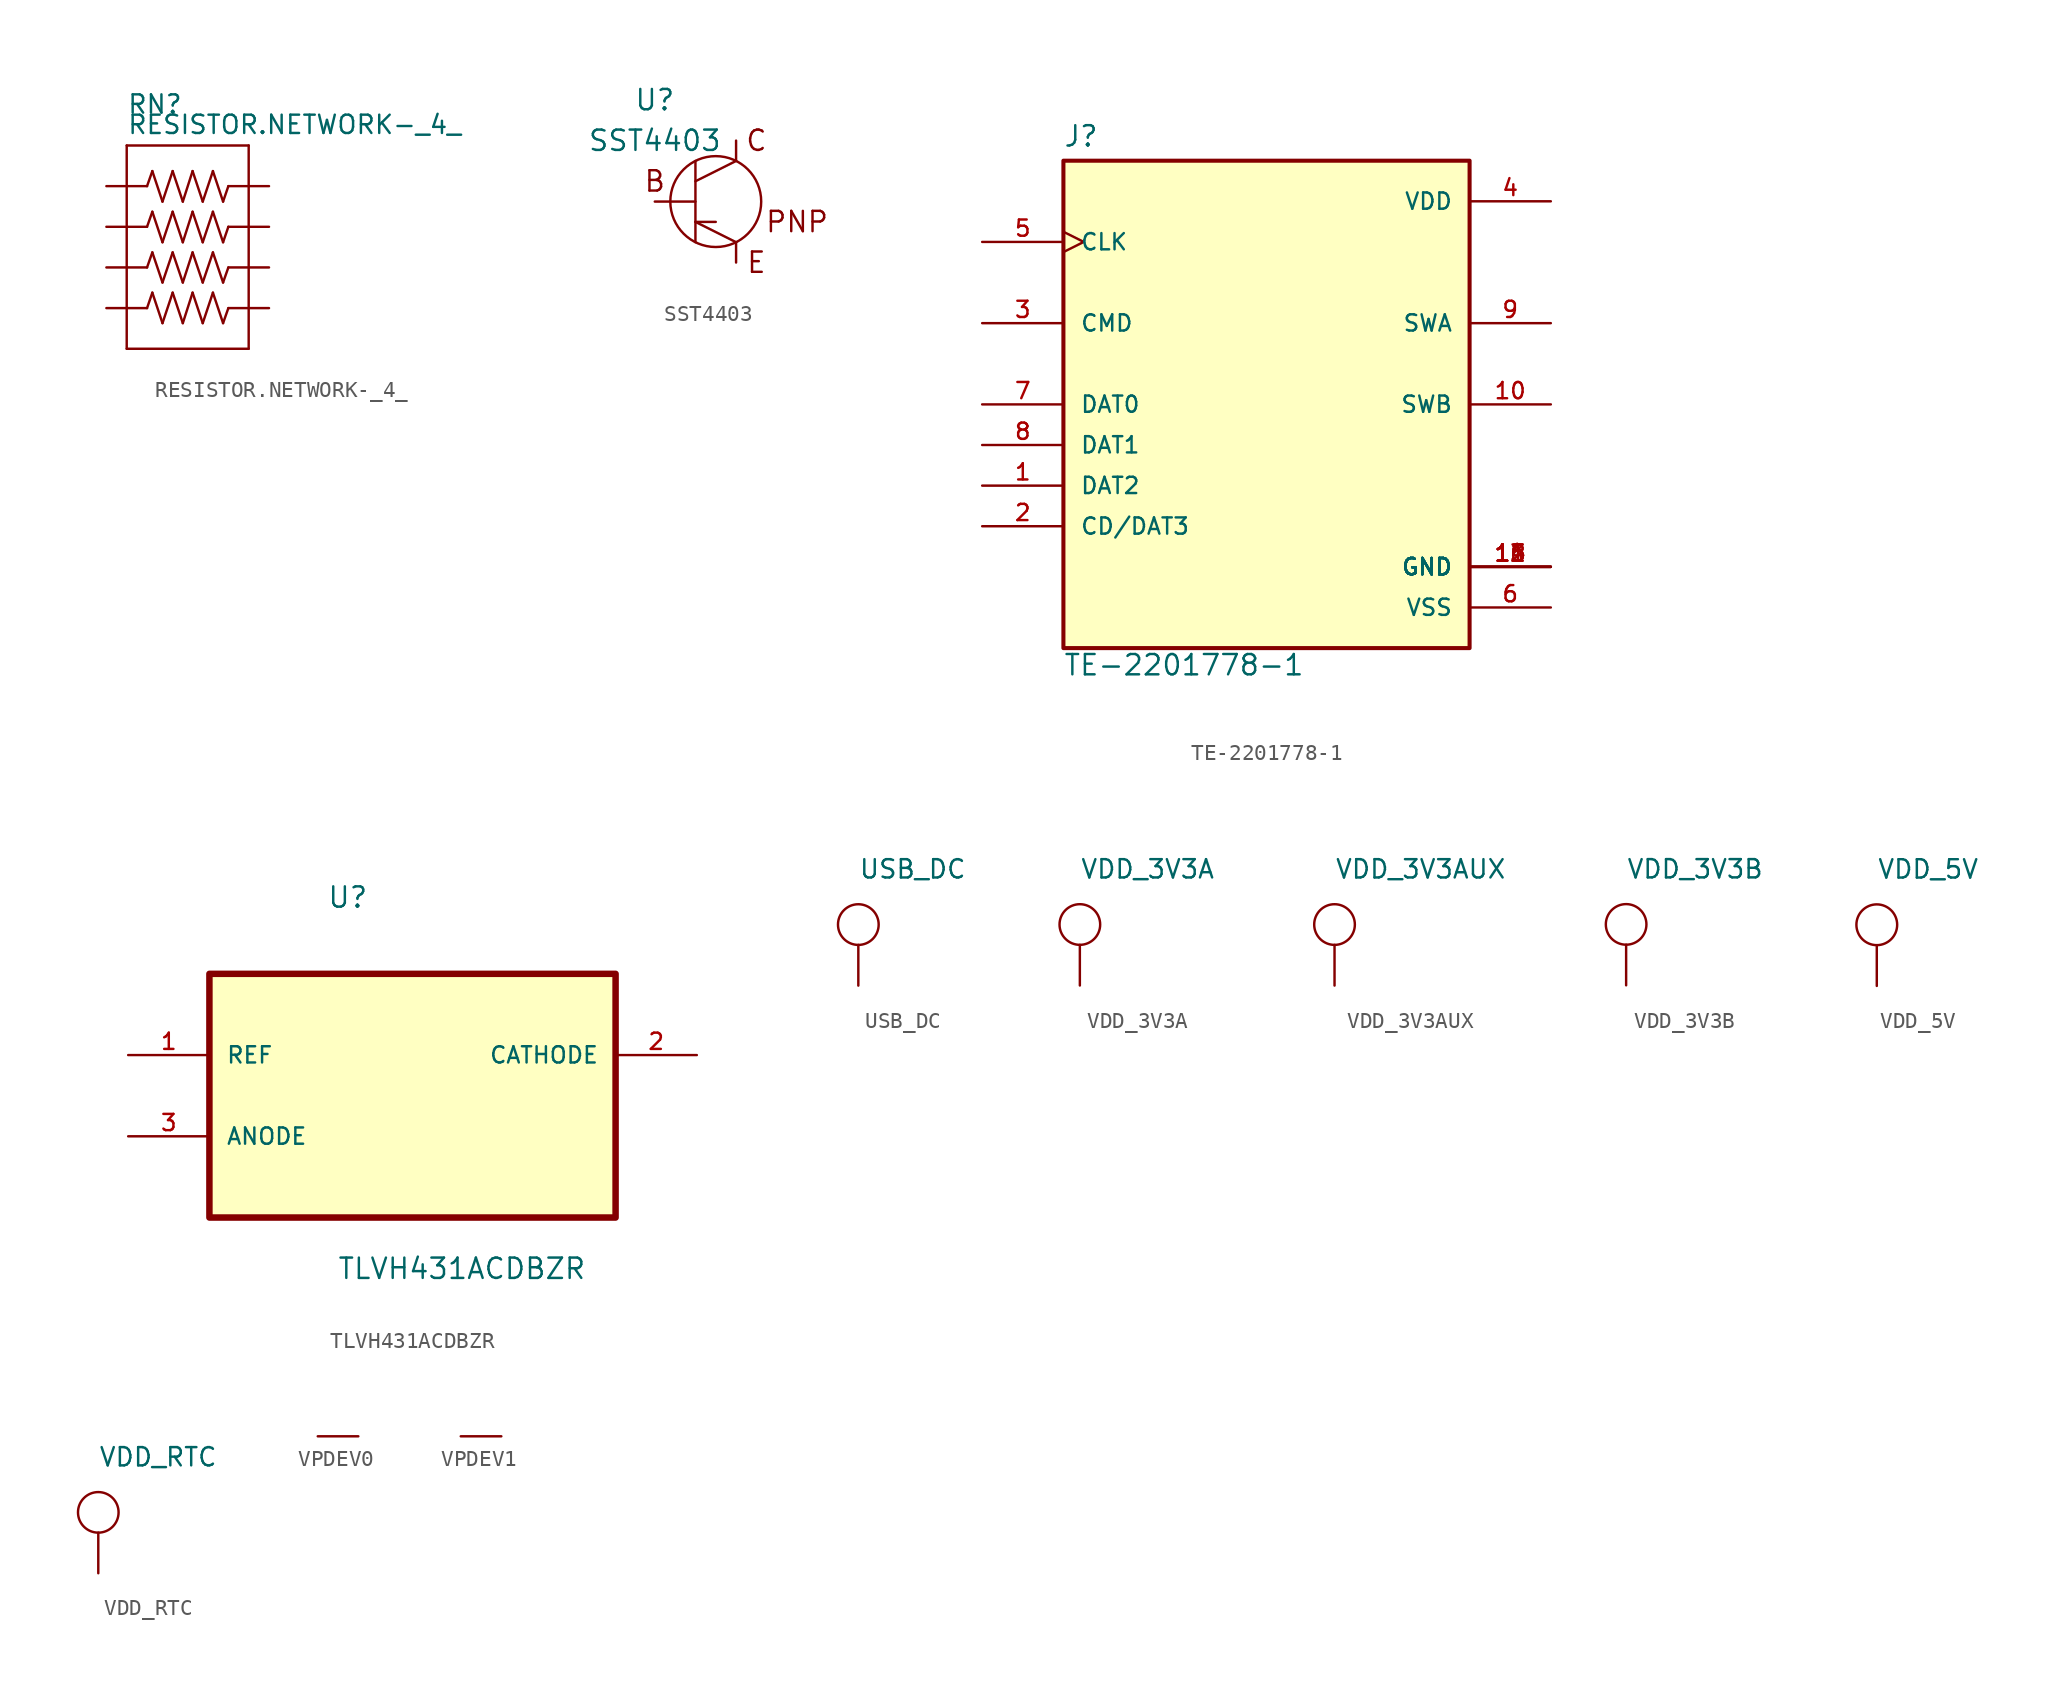
<source format=kicad_sym>
(kicad_symbol_lib
  (version 20211014)
  (generator kicad_symbol_editor)
  (symbol "RESISTOR.NETWORK-_4_"
    (pin_numbers hide)
    (pin_names
      (offset 1.016) hide)
    (property "Reference" "RN"
      (at -3.81 9.525 0)
      (effects (font (size 1.143 1.143)) (justify left bottom)))
    (property "Value" "RESISTOR.NETWORK-_4_"
      (at -3.81 8.255 0)
      (effects (font (size 1.143 1.143)) (justify left bottom)))
    (property "ki_locked" ""
      (at 0 0 0)
      (effects (font (size 1.27 1.27))))
    (symbol "RESISTOR.NETWORK-_4__1_0"
      (polyline (pts (xy -3.81 -5.08) (xy -3.81 7.62)) (stroke (width 0) (type default) (color 0 0 0 0)) (fill (type none)))
      (polyline (pts (xy -3.81 7.62) (xy 3.81 7.62)) (stroke (width 0) (type default) (color 0 0 0 0)) (fill (type none)))
      (polyline (pts (xy -2.54 -2.54) (xy -2.21 -1.575)) (stroke (width 0) (type default) (color 0 0 0 0)) (fill (type none)))
      (polyline (pts (xy -2.54 0) (xy -2.21 0.94)) (stroke (width 0) (type default) (color 0 0 0 0)) (fill (type none)))
      (polyline (pts (xy -2.54 2.54) (xy -2.21 3.48)) (stroke (width 0) (type default) (color 0 0 0 0)) (fill (type none)))
      (polyline (pts (xy -2.54 5.08) (xy -2.21 6.02)) (stroke (width 0) (type default) (color 0 0 0 0)) (fill (type none)))
      (polyline (pts (xy -2.21 -1.575) (xy -1.575 -3.48)) (stroke (width 0) (type default) (color 0 0 0 0)) (fill (type none)))
      (polyline (pts (xy -2.21 0.94) (xy -1.575 -0.94)) (stroke (width 0) (type default) (color 0 0 0 0)) (fill (type none)))
      (polyline (pts (xy -2.21 3.48) (xy -1.575 1.575)) (stroke (width 0) (type default) (color 0 0 0 0)) (fill (type none)))
      (polyline (pts (xy -2.21 6.02) (xy -1.575 4.115)) (stroke (width 0) (type default) (color 0 0 0 0)) (fill (type none)))
      (polyline (pts (xy -1.575 -3.48) (xy -0.94 -1.575)) (stroke (width 0) (type default) (color 0 0 0 0)) (fill (type none)))
      (polyline (pts (xy -1.575 -0.94) (xy -0.94 0.94)) (stroke (width 0) (type default) (color 0 0 0 0)) (fill (type none)))
      (polyline (pts (xy -1.575 1.575) (xy -0.94 3.48)) (stroke (width 0) (type default) (color 0 0 0 0)) (fill (type none)))
      (polyline (pts (xy -1.575 4.115) (xy -0.94 6.02)) (stroke (width 0) (type default) (color 0 0 0 0)) (fill (type none)))
      (polyline (pts (xy -0.94 -1.575) (xy -0.305 -3.48)) (stroke (width 0) (type default) (color 0 0 0 0)) (fill (type none)))
      (polyline (pts (xy -0.94 0.94) (xy -0.305 -0.94)) (stroke (width 0) (type default) (color 0 0 0 0)) (fill (type none)))
      (polyline (pts (xy -0.94 3.48) (xy -0.305 1.575)) (stroke (width 0) (type default) (color 0 0 0 0)) (fill (type none)))
      (polyline (pts (xy -0.94 6.02) (xy -0.305 4.115)) (stroke (width 0) (type default) (color 0 0 0 0)) (fill (type none)))
      (polyline (pts (xy -0.305 -3.48) (xy 0.305 -1.575)) (stroke (width 0) (type default) (color 0 0 0 0)) (fill (type none)))
      (polyline (pts (xy -0.305 -0.94) (xy 0.305 0.94)) (stroke (width 0) (type default) (color 0 0 0 0)) (fill (type none)))
      (polyline (pts (xy -0.305 1.575) (xy 0.305 3.48)) (stroke (width 0) (type default) (color 0 0 0 0)) (fill (type none)))
      (polyline (pts (xy -0.305 4.115) (xy 0.305 6.02)) (stroke (width 0) (type default) (color 0 0 0 0)) (fill (type none)))
      (polyline (pts (xy 0.305 -1.575) (xy 0.94 -3.48)) (stroke (width 0) (type default) (color 0 0 0 0)) (fill (type none)))
      (polyline (pts (xy 0.305 0.94) (xy 0.94 -0.94)) (stroke (width 0) (type default) (color 0 0 0 0)) (fill (type none)))
      (polyline (pts (xy 0.305 3.48) (xy 0.94 1.575)) (stroke (width 0) (type default) (color 0 0 0 0)) (fill (type none)))
      (polyline (pts (xy 0.305 6.02) (xy 0.94 4.115)) (stroke (width 0) (type default) (color 0 0 0 0)) (fill (type none)))
      (polyline (pts (xy 0.94 -3.48) (xy 1.575 -1.575)) (stroke (width 0) (type default) (color 0 0 0 0)) (fill (type none)))
      (polyline (pts (xy 0.94 -0.94) (xy 1.575 0.94)) (stroke (width 0) (type default) (color 0 0 0 0)) (fill (type none)))
      (polyline (pts (xy 0.94 1.575) (xy 1.575 3.48)) (stroke (width 0) (type default) (color 0 0 0 0)) (fill (type none)))
      (polyline (pts (xy 0.94 4.115) (xy 1.575 6.02)) (stroke (width 0) (type default) (color 0 0 0 0)) (fill (type none)))
      (polyline (pts (xy 1.575 -1.575) (xy 2.21 -3.48)) (stroke (width 0) (type default) (color 0 0 0 0)) (fill (type none)))
      (polyline (pts (xy 1.575 0.94) (xy 2.21 -0.94)) (stroke (width 0) (type default) (color 0 0 0 0)) (fill (type none)))
      (polyline (pts (xy 1.575 3.48) (xy 2.21 1.575)) (stroke (width 0) (type default) (color 0 0 0 0)) (fill (type none)))
      (polyline (pts (xy 1.575 6.02) (xy 2.21 4.115)) (stroke (width 0) (type default) (color 0 0 0 0)) (fill (type none)))
      (polyline (pts (xy 2.21 -3.48) (xy 2.54 -2.54)) (stroke (width 0) (type default) (color 0 0 0 0)) (fill (type none)))
      (polyline (pts (xy 2.21 -0.94) (xy 2.54 0)) (stroke (width 0) (type default) (color 0 0 0 0)) (fill (type none)))
      (polyline (pts (xy 2.21 1.575) (xy 2.54 2.54)) (stroke (width 0) (type default) (color 0 0 0 0)) (fill (type none)))
      (polyline (pts (xy 2.21 4.115) (xy 2.54 5.08)) (stroke (width 0) (type default) (color 0 0 0 0)) (fill (type none)))
      (polyline (pts (xy 3.81 -5.08) (xy -3.81 -5.08)) (stroke (width 0) (type default) (color 0 0 0 0)) (fill (type none)))
      (polyline (pts (xy 3.81 7.62) (xy 3.81 -5.08)) (stroke (width 0) (type default) (color 0 0 0 0)) (fill (type none))))
    (symbol "RESISTOR.NETWORK-_4__1_1"
      (pin bidirectional line (at -5.08 5.08 0) (length 2.54) (name "1" (effects (font (size 1.016 1.016)))) (number "1" (effects (font (size 1.016 1.016)))))
      (pin bidirectional line (at -5.08 2.54 0) (length 2.54) (name "2" (effects (font (size 1.016 1.016)))) (number "2" (effects (font (size 1.016 1.016)))))
      (pin bidirectional line (at -5.08 0 0) (length 2.54) (name "3" (effects (font (size 1.016 1.016)))) (number "3" (effects (font (size 1.016 1.016)))))
      (pin bidirectional line (at -5.08 -2.54 0) (length 2.54) (name "4" (effects (font (size 1.016 1.016)))) (number "4" (effects (font (size 1.016 1.016)))))
      (pin bidirectional line (at 5.08 -2.54 180) (length 2.54) (name "5" (effects (font (size 1.016 1.016)))) (number "5" (effects (font (size 1.016 1.016)))))
      (pin bidirectional line (at 5.08 0 180) (length 2.54) (name "6" (effects (font (size 1.016 1.016)))) (number "6" (effects (font (size 1.016 1.016)))))
      (pin bidirectional line (at 5.08 2.54 180) (length 2.54) (name "7" (effects (font (size 1.016 1.016)))) (number "7" (effects (font (size 1.016 1.016)))))
      (pin bidirectional line (at 5.08 5.08 180) (length 2.54) (name "8" (effects (font (size 1.016 1.016)))) (number "8" (effects (font (size 1.016 1.016)))))))
  (symbol "SST4403"
    (property "Reference" "U"
      (at -3.81 2.54 0)
      (effects (font (size 1.27 1.27))))
    (property "Value" "SST4403"
      (at -3.81 0 0)
      (effects (font (size 1.27 1.27))))
    (symbol "SST4403_0_0"
      (text "B" (at -3.81 -2.54 0) (effects (font (size 1.27 1.27))))
      (text "C" (at 2.54 0 0) (effects (font (size 1.27 1.27))))
      (text "E" (at 2.54 -7.62 0) (effects (font (size 1.27 1.27))))
      (text "PNP" (at 5.08 -5.08 0) (effects (font (size 1.27 1.27)))))
    (symbol "SST4403_0_1"
      (circle (center 0 -3.81) (radius 2.84) (stroke (width 0) (type default) (color 0 0 0 0)) (fill (type none)))
      (polyline (pts (xy -1.27 -5.08) (xy 0 -5.08)) (stroke (width 0) (type default) (color 0 0 0 0)) (fill (type none)))
      (polyline (pts (xy -1.27 -3.81) (xy -3.81 -3.81)) (stroke (width 0) (type default) (color 0 0 0 0)) (fill (type none)))
      (polyline (pts (xy -1.27 -2.54) (xy 1.27 -1.27)) (stroke (width 0) (type default) (color 0 0 0 0)) (fill (type none)))
      (polyline (pts (xy -1.27 -1.27) (xy -1.27 -6.35)) (stroke (width 0) (type default) (color 0 0 0 0)) (fill (type none)))
      (polyline (pts (xy 1.27 -6.35) (xy -1.27 -5.08)) (stroke (width 0) (type default) (color 0 0 0 0)) (fill (type none)))
      (polyline (pts (xy 1.27 -6.35) (xy 1.27 -7.62)) (stroke (width 0) (type default) (color 0 0 0 0)) (fill (type none)))
      (polyline (pts (xy 1.27 -1.27) (xy 1.27 0)) (stroke (width 0) (type default) (color 0 0 0 0)) (fill (type none))))
    (symbol "SST4403_1_0"
      (pin bidirectional line (at 1.27 -7.62 90) (length 5.08) hide (name "E" (effects (font (size 1.016 1.016)))) (number "1" (effects (font (size 1.016 1.016)))))
      (pin bidirectional line (at -3.81 -3.81 0) (length 5.08) hide (name "B" (effects (font (size 1.016 1.016)))) (number "2" (effects (font (size 1.016 1.016)))))
      (pin bidirectional line (at 1.27 0 270) (length 5.08) hide (name "C" (effects (font (size 1.016 1.016)))) (number "3" (effects (font (size 1.016 1.016)))))))
  (symbol "TE-2201778-1"
    (pin_names
      (offset 1.016))
    (property "Reference" "J"
      (at -12.725 16.027 0)
      (effects (font (size 1.27 1.27)) (justify left bottom)))
    (property "Value" "TE-2201778-1"
      (at -12.725 -17.043 0)
      (effects (font (size 1.27 1.27)) (justify left bottom)))
    (symbol "TE-2201778-1_0_0"
      (rectangle (start -12.7 -15.24) (end 12.7 15.24) (stroke (width 0.254) (type default) (color 0 0 0 0)) (fill (type background)))
      (pin bidirectional line (at -17.78 -5.08 0) (length 5.08) (name "DAT2" (effects (font (size 1.016 1.016)))) (number "1" (effects (font (size 1.016 1.016)))))
      (pin passive line (at 17.78 0 180) (length 5.08) (name "SWB" (effects (font (size 1.016 1.016)))) (number "10" (effects (font (size 1.016 1.016)))))
      (pin power_in line (at 17.78 -10.16 180) (length 5.08) (name "GND" (effects (font (size 1.016 1.016)))) (number "11" (effects (font (size 1.016 1.016)))))
      (pin power_in line (at 17.78 -10.16 180) (length 5.08) (name "GND" (effects (font (size 1.016 1.016)))) (number "12" (effects (font (size 1.016 1.016)))))
      (pin power_in line (at 17.78 -10.16 180) (length 5.08) (name "GND" (effects (font (size 1.016 1.016)))) (number "13" (effects (font (size 1.016 1.016)))))
      (pin power_in line (at 17.78 -10.16 180) (length 5.08) (name "GND" (effects (font (size 1.016 1.016)))) (number "14" (effects (font (size 1.016 1.016)))))
      (pin power_in line (at 17.78 -10.16 180) (length 5.08) (name "GND" (effects (font (size 1.016 1.016)))) (number "15" (effects (font (size 1.016 1.016)))))
      (pin power_in line (at 17.78 -10.16 180) (length 5.08) (name "GND" (effects (font (size 1.016 1.016)))) (number "16" (effects (font (size 1.016 1.016)))))
      (pin bidirectional line (at -17.78 -7.62 0) (length 5.08) (name "CD/DAT3" (effects (font (size 1.016 1.016)))) (number "2" (effects (font (size 1.016 1.016)))))
      (pin bidirectional line (at -17.78 5.08 0) (length 5.08) (name "CMD" (effects (font (size 1.016 1.016)))) (number "3" (effects (font (size 1.016 1.016)))))
      (pin power_in line (at 17.78 12.7 180) (length 5.08) (name "VDD" (effects (font (size 1.016 1.016)))) (number "4" (effects (font (size 1.016 1.016)))))
      (pin input clock (at -17.78 10.16 0) (length 5.08) (name "CLK" (effects (font (size 1.016 1.016)))) (number "5" (effects (font (size 1.016 1.016)))))
      (pin power_in line (at 17.78 -12.7 180) (length 5.08) (name "VSS" (effects (font (size 1.016 1.016)))) (number "6" (effects (font (size 1.016 1.016)))))
      (pin bidirectional line (at -17.78 0 0) (length 5.08) (name "DAT0" (effects (font (size 1.016 1.016)))) (number "7" (effects (font (size 1.016 1.016)))))
      (pin bidirectional line (at -17.78 -2.54 0) (length 5.08) (name "DAT1" (effects (font (size 1.016 1.016)))) (number "8" (effects (font (size 1.016 1.016)))))
      (pin passive line (at 17.78 5.08 180) (length 5.08) (name "SWA" (effects (font (size 1.016 1.016)))) (number "9" (effects (font (size 1.016 1.016)))))))
  (symbol "TLVH431ACDBZR"
    (pin_names
      (offset 1.016))
    (property "Reference" "U"
      (at -5.359 9.119 0)
      (effects (font (size 1.27 1.27)) (justify left bottom)))
    (property "Value" "TLVH431ACDBZR"
      (at -4.724 -14.097 0)
      (effects (font (size 1.27 1.27)) (justify left bottom)))
    (symbol "TLVH431ACDBZR_0_0"
      (rectangle (start -12.7 -10.16) (end 12.7 5.08) (stroke (width 0.406) (type default) (color 0 0 0 0)) (fill (type background)))
      (pin power_in line (at -17.78 0 0) (length 5.08) (name "REF" (effects (font (size 1.016 1.016)))) (number "1" (effects (font (size 1.016 1.016)))))
      (pin passive line (at 17.78 0 180) (length 5.08) (name "CATHODE" (effects (font (size 1.016 1.016)))) (number "2" (effects (font (size 1.016 1.016)))))
      (pin passive line (at -17.78 -5.08 0) (length 5.08) (name "ANODE" (effects (font (size 1.016 1.016)))) (number "3" (effects (font (size 1.016 1.016)))))))
  (symbol "USB_DC"
    (power)
    (pin_numbers hide)
    (pin_names
      (offset 1.016) hide)
    (property "Reference" "#SUPPLY"
      (at 0 0 0)
      (effects (font (size 1.143 1.143)) (justify left bottom) hide))
    (property "Value" "USB_DC"
      (at 0 4.064 0)
      (effects (font (size 1.143 1.143)) (justify left bottom)))
    (property "ki_locked" ""
      (at 0 0 0)
      (effects (font (size 1.27 1.27))))
    (symbol "USB_DC_1_0"
      (polyline (pts (xy 0 -2.54) (xy 0 0)) (stroke (width 0) (type default) (color 0 0 0 0)) (fill (type none))))
    (symbol "USB_DC_1_1"
      (circle (center 0 1.27) (radius 1.27) (stroke (width 0) (type default) (color 0 0 0 0)) (fill (type none)))
      (pin power_in line (at 0 -2.54 90) (length 2.54) hide (name "USB_DC" (effects (font (size 1.016 1.016)))) (number "~" (effects (font (size 1.016 1.016)))))))
  (symbol "VDD_3V3A"
    (power)
    (pin_numbers hide)
    (pin_names
      (offset 1.016) hide)
    (property "Reference" "#SUPPLY"
      (at 0 0 0)
      (effects (font (size 1.143 1.143)) (justify left bottom) hide))
    (property "Value" "VDD_3V3A"
      (at 0 4.064 0)
      (effects (font (size 1.143 1.143)) (justify left bottom)))
    (property "ki_locked" ""
      (at 0 0 0)
      (effects (font (size 1.27 1.27))))
    (symbol "VDD_3V3A_1_0"
      (polyline (pts (xy 0 -2.54) (xy 0 0)) (stroke (width 0) (type default) (color 0 0 0 0)) (fill (type none))))
    (symbol "VDD_3V3A_1_1"
      (circle (center 0 1.27) (radius 1.27) (stroke (width 0) (type default) (color 0 0 0 0)) (fill (type none)))
      (pin power_in line (at 0 -2.54 90) (length 2.54) hide (name "VDD_3V3A" (effects (font (size 1.016 1.016)))) (number "~" (effects (font (size 1.016 1.016)))))))
  (symbol "VDD_3V3AUX"
    (power)
    (pin_numbers hide)
    (pin_names
      (offset 1.016) hide)
    (property "Reference" "#SUPPLY"
      (at 0 0 0)
      (effects (font (size 1.143 1.143)) (justify left bottom) hide))
    (property "Value" "VDD_3V3AUX"
      (at 0 4.064 0)
      (effects (font (size 1.143 1.143)) (justify left bottom)))
    (property "ki_locked" ""
      (at 0 0 0)
      (effects (font (size 1.27 1.27))))
    (symbol "VDD_3V3AUX_1_0"
      (polyline (pts (xy 0 -2.54) (xy 0 0)) (stroke (width 0) (type default) (color 0 0 0 0)) (fill (type none))))
    (symbol "VDD_3V3AUX_1_1"
      (circle (center 0 1.27) (radius 1.27) (stroke (width 0) (type default) (color 0 0 0 0)) (fill (type none)))
      (pin power_in line (at 0 -2.54 90) (length 2.54) hide (name "VDD_3V3AUX" (effects (font (size 1.016 1.016)))) (number "~" (effects (font (size 1.016 1.016)))))))
  (symbol "VDD_3V3B"
    (power)
    (pin_numbers hide)
    (pin_names
      (offset 1.016) hide)
    (property "Reference" "#SUPPLY"
      (at 0 0 0)
      (effects (font (size 1.143 1.143)) (justify left bottom) hide))
    (property "Value" "VDD_3V3B"
      (at 0 4.064 0)
      (effects (font (size 1.143 1.143)) (justify left bottom)))
    (property "ki_locked" ""
      (at 0 0 0)
      (effects (font (size 1.27 1.27))))
    (symbol "VDD_3V3B_1_0"
      (polyline (pts (xy 0 -2.54) (xy 0 0)) (stroke (width 0) (type default) (color 0 0 0 0)) (fill (type none))))
    (symbol "VDD_3V3B_1_1"
      (circle (center 0 1.27) (radius 1.27) (stroke (width 0) (type default) (color 0 0 0 0)) (fill (type none)))
      (pin power_in line (at 0 -2.54 90) (length 2.54) hide (name "VDD_3V3B" (effects (font (size 1.016 1.016)))) (number "~" (effects (font (size 1.016 1.016)))))))
  (symbol "VDD_5V"
    (power)
    (pin_numbers hide)
    (pin_names
      (offset 1.016) hide)
    (property "Reference" "#SUPPLY"
      (at 0 0 0)
      (effects (font (size 1.143 1.143)) (justify left bottom) hide))
    (property "Value" "VDD_5V"
      (at 0 4.064 0)
      (effects (font (size 1.143 1.143)) (justify left bottom)))
    (property "ki_locked" ""
      (at 0 0 0)
      (effects (font (size 1.27 1.27))))
    (symbol "VDD_5V_1_0"
      (polyline (pts (xy 0 -2.54) (xy 0 0)) (stroke (width 0) (type default) (color 0 0 0 0)) (fill (type none))))
    (symbol "VDD_5V_1_1"
      (circle (center 0 1.27) (radius 1.27) (stroke (width 0) (type default) (color 0 0 0 0)) (fill (type none)))
      (pin power_in line (at 0 -2.54 90) (length 2.54) hide (name "VDD_5V" (effects (font (size 1.016 1.016)))) (number "~" (effects (font (size 1.016 1.016)))))))
  (symbol "VDD_RTC"
    (power)
    (pin_numbers hide)
    (pin_names
      (offset 1.016) hide)
    (property "Reference" "#SUPPLY"
      (at 0 0 0)
      (effects (font (size 1.143 1.143)) (justify left bottom) hide))
    (property "Value" "VDD_RTC"
      (at 0 4.064 0)
      (effects (font (size 1.143 1.143)) (justify left bottom)))
    (property "ki_locked" ""
      (at 0 0 0)
      (effects (font (size 1.27 1.27))))
    (symbol "VDD_RTC_1_0"
      (polyline (pts (xy 0 -2.54) (xy 0 0)) (stroke (width 0) (type default) (color 0 0 0 0)) (fill (type none))))
    (symbol "VDD_RTC_1_1"
      (circle (center 0 1.27) (radius 1.27) (stroke (width 0) (type default) (color 0 0 0 0)) (fill (type none)))
      (pin power_in line (at 0 -2.54 90) (length 2.54) hide (name "VDD_RTC" (effects (font (size 1.016 1.016)))) (number "~" (effects (font (size 1.016 1.016)))))))
  (symbol "VPDEV0"
    (pin_numbers hide)
    (pin_names
      (offset 1.016) hide)
    (property "Reference" "VP"
      (at 0 0 0)
      (effects (font (size 1.143 1.143)) hide))
    (property "ki_locked" ""
      (at 0 0 0)
      (effects (font (size 1.27 1.27))))
    (symbol "VPDEV0_1_1"
      (pin passive line (at 0 0 0) (length 2.54) (name "VP" (effects (font (size 1.016 1.016)))) (number "VP" (effects (font (size 1.016 1.016)))))))
  (symbol "VPDEV1"
    (pin_numbers hide)
    (pin_names
      (offset 1.016) hide)
    (property "Reference" "VP"
      (at 0 0 0)
      (effects (font (size 1.143 1.143)) hide))
    (property "ki_locked" ""
      (at 0 0 0)
      (effects (font (size 1.27 1.27))))
    (symbol "VPDEV1_1_1"
      (pin passive line (at 0 0 0) (length 2.54) (name "VP" (effects (font (size 1.016 1.016)))) (number "VP" (effects (font (size 1.016 1.016))))))))
</source>
